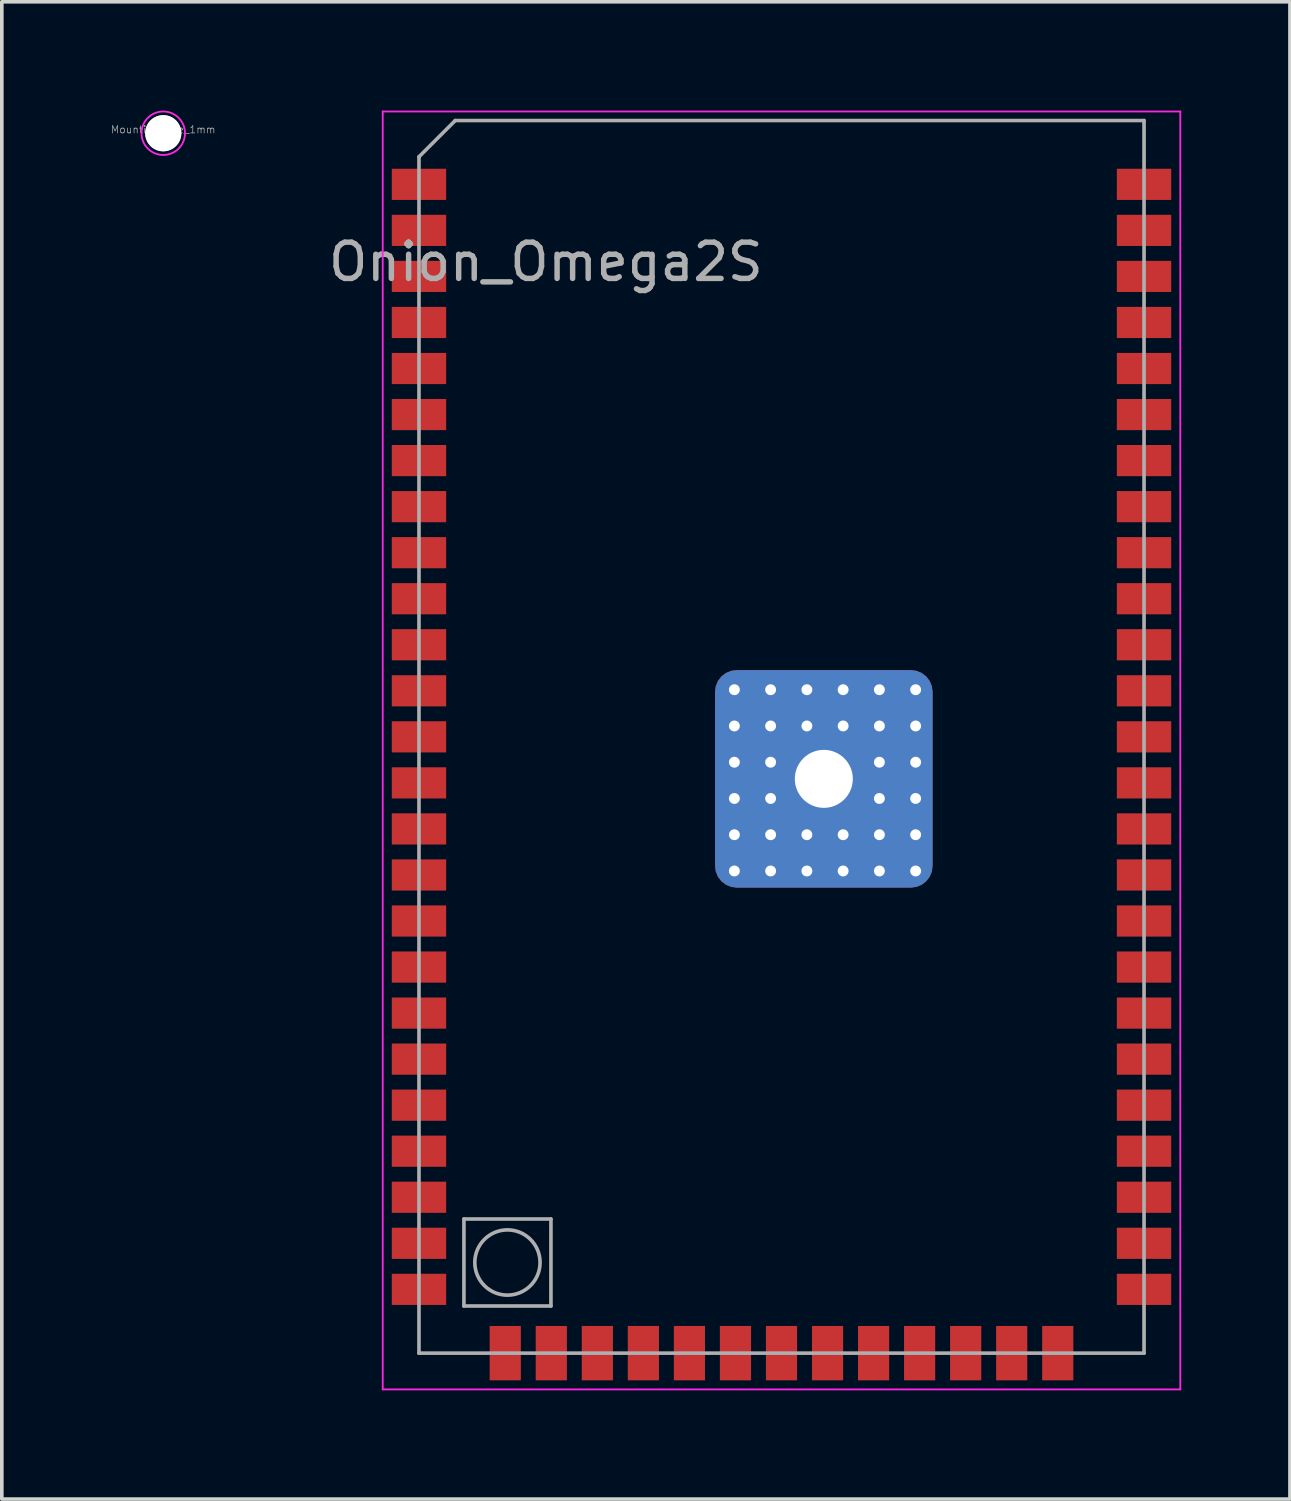
<source format=kicad_pcb>
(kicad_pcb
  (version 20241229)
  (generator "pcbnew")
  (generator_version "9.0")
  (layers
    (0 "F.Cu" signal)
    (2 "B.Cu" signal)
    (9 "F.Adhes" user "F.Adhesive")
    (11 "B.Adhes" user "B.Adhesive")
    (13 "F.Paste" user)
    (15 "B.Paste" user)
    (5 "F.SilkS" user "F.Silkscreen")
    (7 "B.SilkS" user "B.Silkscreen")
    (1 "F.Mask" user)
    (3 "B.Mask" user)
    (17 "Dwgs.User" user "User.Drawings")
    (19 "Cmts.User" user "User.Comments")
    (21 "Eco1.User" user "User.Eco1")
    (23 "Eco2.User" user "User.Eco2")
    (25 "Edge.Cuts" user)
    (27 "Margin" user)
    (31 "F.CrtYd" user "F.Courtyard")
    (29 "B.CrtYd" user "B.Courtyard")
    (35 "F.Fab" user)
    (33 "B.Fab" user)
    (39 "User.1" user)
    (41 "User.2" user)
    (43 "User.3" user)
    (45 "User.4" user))
  (footprint "Onion_Omega2S"
    (layer "F.Cu")
    (at 18.507 17.275)
    (property "Reference" "Onion_Omega2S" (at -6.5 -13.1 0) (layer "F.Fab") (effects (font (size 1 1) (thickness 0.15))))
    (attr smd)
    (fp_line (start -11 -17.25) (end -11 18) (stroke (width 0.05) (type solid)) (layer "F.CrtYd"))
    (fp_line (start -11 18) (end 11 18) (stroke (width 0.05) (type solid)) (layer "F.CrtYd"))
    (fp_line (start 11 -17.25) (end -11 -17.25) (stroke (width 0.05) (type solid)) (layer "F.CrtYd"))
    (fp_line (start 11 18) (end 11 -17.25) (stroke (width 0.05) (type solid)) (layer "F.CrtYd"))
    (fp_line (start -10 -16) (end -10 17) (stroke (width 0.1) (type solid)) (layer "F.Fab"))
    (fp_line (start -10 -16) (end -9 -17) (stroke (width 0.1) (type solid)) (layer "F.Fab"))
    (fp_line (start -10 17) (end 10 17) (stroke (width 0.1) (type solid)) (layer "F.Fab"))
    (fp_line (start -8.76 13.3) (end -8.76 15.7) (stroke (width 0.1) (type solid)) (layer "F.Fab"))
    (fp_line (start -8.76 15.7) (end -6.36 15.7) (stroke (width 0.1) (type solid)) (layer "F.Fab"))
    (fp_line (start -6.36 13.3) (end -8.76 13.3) (stroke (width 0.1) (type solid)) (layer "F.Fab"))
    (fp_line (start -6.36 15.7) (end -6.36 13.3) (stroke (width 0.1) (type solid)) (layer "F.Fab"))
    (fp_line (start 10 -17) (end -9 -17) (stroke (width 0.1) (type solid)) (layer "F.Fab"))
    (fp_line (start 10 17) (end 10 -17) (stroke (width 0.1) (type solid)) (layer "F.Fab"))
    (fp_circle (center -7.56 14.5) (end -6.66 14.5) (stroke (width 0.1) (type solid)) (fill no) (layer "F.Fab"))
    (pad "" smd roundrect (at -1.166 -1.164) (size 1 1) (layers "F.Paste") (roundrect_rratio 0.25))
    (pad "" smd roundrect (at -1.166 0) (size 1 1) (layers "F.Paste") (roundrect_rratio 0.25))
    (pad "" smd roundrect (at -1.166 1.164) (size 1 1) (layers "F.Paste") (roundrect_rratio 0.25))
    (pad "" smd roundrect (at -1.166 2.328) (size 1 1) (layers "F.Paste") (roundrect_rratio 0.25))
    (pad "" smd roundrect (at -1.166 3.492) (size 1 1) (layers "F.Paste") (roundrect_rratio 0.25))
    (pad "" smd roundrect (at 0 -1.164) (size 1 1) (layers "F.Paste") (roundrect_rratio 0.25))
    (pad "" smd roundrect (at 0 0) (size 1 1) (layers "F.Paste") (roundrect_rratio 0.25))
    (pad "" smd roundrect (at 0 1.164) (size 1 1) (layers "F.Paste") (roundrect_rratio 0.25))
    (pad "" smd roundrect (at 0 2.328) (size 1 1) (layers "F.Paste") (roundrect_rratio 0.25))
    (pad "" smd roundrect (at 0 3.492) (size 1 1) (layers "F.Paste") (roundrect_rratio 0.25))
    (pad "" smd roundrect (at 1.166 -1.164) (size 1 1) (layers "F.Paste") (roundrect_rratio 0.25))
    (pad "" smd roundrect (at 1.166 0) (size 1 1) (layers "F.Paste") (roundrect_rratio 0.25))
    (pad "" smd roundrect (at 1.166 1.164) (size 1 1) (layers "F.Paste") (roundrect_rratio 0.25))
    (pad "" smd roundrect (at 1.166 2.328) (size 1 1) (layers "F.Paste") (roundrect_rratio 0.25))
    (pad "" smd roundrect (at 1.166 3.492) (size 1 1) (layers "F.Paste") (roundrect_rratio 0.25))
    (pad "" smd roundrect (at 2.332 -1.164) (size 1 1) (layers "F.Paste") (roundrect_rratio 0.25))
    (pad "" smd roundrect (at 2.332 0) (size 1 1) (layers "F.Paste") (roundrect_rratio 0.25))
    (pad "" smd roundrect (at 2.332 1.164) (size 1 1) (layers "F.Paste") (roundrect_rratio 0.25))
    (pad "" smd roundrect (at 2.332 2.328) (size 1 1) (layers "F.Paste") (roundrect_rratio 0.25))
    (pad "" smd roundrect (at 2.332 3.492) (size 1 1) (layers "F.Paste") (roundrect_rratio 0.25))
    (pad "" smd roundrect (at 3.497 -1.164) (size 1 1) (layers "F.Paste") (roundrect_rratio 0.25))
    (pad "" smd roundrect (at 3.497 0) (size 1 1) (layers "F.Paste") (roundrect_rratio 0.25))
    (pad "" smd roundrect (at 3.497 1.164) (size 1 1) (layers "F.Paste") (roundrect_rratio 0.25))
    (pad "" smd roundrect (at 3.497 2.328) (size 1 1) (layers "F.Paste") (roundrect_rratio 0.25))
    (pad "" smd roundrect (at 3.497 3.492) (size 1 1) (layers "F.Paste") (roundrect_rratio 0.25))
    (pad "1" smd rect (at -10 -15.24) (size 1.5 0.86) (layers "F.Cu" "F.Mask" "F.Paste"))
    (pad "2" smd rect (at -10 -13.97) (size 1.5 0.86) (layers "F.Cu" "F.Mask" "F.Paste"))
    (pad "3" smd rect (at -10 -12.7) (size 1.5 0.86) (layers "F.Cu" "F.Mask" "F.Paste"))
    (pad "4" smd rect (at -10 -11.43) (size 1.5 0.86) (layers "F.Cu" "F.Mask" "F.Paste"))
    (pad "5" smd rect (at -10 -10.16) (size 1.5 0.86) (layers "F.Cu" "F.Mask" "F.Paste"))
    (pad "6" smd rect (at -10 -8.89) (size 1.5 0.86) (layers "F.Cu" "F.Mask" "F.Paste"))
    (pad "7" smd rect (at -10 -7.62) (size 1.5 0.86) (layers "F.Cu" "F.Mask" "F.Paste"))
    (pad "8" smd rect (at -10 -6.35) (size 1.5 0.86) (layers "F.Cu" "F.Mask" "F.Paste"))
    (pad "9" smd rect (at -10 -5.08) (size 1.5 0.86) (layers "F.Cu" "F.Mask" "F.Paste"))
    (pad "10" smd rect (at -10 -3.81) (size 1.5 0.86) (layers "F.Cu" "F.Mask" "F.Paste"))
    (pad "11" smd rect (at -10 -2.54) (size 1.5 0.86) (layers "F.Cu" "F.Mask" "F.Paste"))
    (pad "12" smd rect (at -10 -1.27) (size 1.5 0.86) (layers "F.Cu" "F.Mask" "F.Paste"))
    (pad "13" smd rect (at -10 0) (size 1.5 0.86) (layers "F.Cu" "F.Mask" "F.Paste"))
    (pad "14" smd rect (at -10 1.27) (size 1.5 0.86) (layers "F.Cu" "F.Mask" "F.Paste"))
    (pad "15" smd rect (at -10 2.54) (size 1.5 0.86) (layers "F.Cu" "F.Mask" "F.Paste"))
    (pad "16" smd rect (at -10 3.81) (size 1.5 0.86) (layers "F.Cu" "F.Mask" "F.Paste"))
    (pad "17" smd rect (at -10 5.08) (size 1.5 0.86) (layers "F.Cu" "F.Mask" "F.Paste"))
    (pad "18" smd rect (at -10 6.35) (size 1.5 0.86) (layers "F.Cu" "F.Mask" "F.Paste"))
    (pad "19" smd rect (at -10 7.62) (size 1.5 0.86) (layers "F.Cu" "F.Mask" "F.Paste"))
    (pad "20" smd rect (at -10 8.89) (size 1.5 0.86) (layers "F.Cu" "F.Mask" "F.Paste"))
    (pad "21" smd rect (at -10 10.16) (size 1.5 0.86) (layers "F.Cu" "F.Mask" "F.Paste"))
    (pad "22" smd rect (at -10 11.43) (size 1.5 0.86) (layers "F.Cu" "F.Mask" "F.Paste"))
    (pad "23" smd rect (at -10 12.7) (size 1.5 0.86) (layers "F.Cu" "F.Mask" "F.Paste"))
    (pad "24" smd rect (at -10 13.97) (size 1.5 0.86) (layers "F.Cu" "F.Mask" "F.Paste"))
    (pad "25" smd rect (at -10 15.24) (size 1.5 0.86) (layers "F.Cu" "F.Mask" "F.Paste"))
    (pad "26" smd rect (at -7.62 17) (size 0.86 1.5) (layers "F.Cu" "F.Mask" "F.Paste"))
    (pad "27" smd rect (at -6.35 17) (size 0.86 1.5) (layers "F.Cu" "F.Mask" "F.Paste"))
    (pad "28" smd rect (at -5.08 17) (size 0.86 1.5) (layers "F.Cu" "F.Mask" "F.Paste"))
    (pad "29" smd rect (at -3.81 17) (size 0.86 1.5) (layers "F.Cu" "F.Mask" "F.Paste"))
    (pad "30" smd rect (at -2.54 17) (size 0.86 1.5) (layers "F.Cu" "F.Mask" "F.Paste"))
    (pad "31" smd rect (at -1.27 17) (size 0.86 1.5) (layers "F.Cu" "F.Mask" "F.Paste"))
    (pad "32" smd rect (at 0 17) (size 0.86 1.5) (layers "F.Cu" "F.Mask" "F.Paste"))
    (pad "33" smd rect (at 1.27 17) (size 0.86 1.5) (layers "F.Cu" "F.Mask" "F.Paste"))
    (pad "34" smd rect (at 2.54 17) (size 0.86 1.5) (layers "F.Cu" "F.Mask" "F.Paste"))
    (pad "35" smd rect (at 3.81 17) (size 0.86 1.5) (layers "F.Cu" "F.Mask" "F.Paste"))
    (pad "36" smd rect (at 5.08 17) (size 0.86 1.5) (layers "F.Cu" "F.Mask" "F.Paste"))
    (pad "37" smd rect (at 6.35 17) (size 0.86 1.5) (layers "F.Cu" "F.Mask" "F.Paste"))
    (pad "38" smd rect (at 7.62 17) (size 0.86 1.5) (layers "F.Cu" "F.Mask" "F.Paste"))
    (pad "39" smd rect (at 10 15.24) (size 1.5 0.86) (layers "F.Cu" "F.Mask" "F.Paste"))
    (pad "40" smd rect (at 10 13.97) (size 1.5 0.86) (layers "F.Cu" "F.Mask" "F.Paste"))
    (pad "41" smd rect (at 10 12.7) (size 1.5 0.86) (layers "F.Cu" "F.Mask" "F.Paste"))
    (pad "42" smd rect (at 10 11.43) (size 1.5 0.86) (layers "F.Cu" "F.Mask" "F.Paste"))
    (pad "43" smd rect (at 10 10.16) (size 1.5 0.86) (layers "F.Cu" "F.Mask" "F.Paste"))
    (pad "44" smd rect (at 10 8.89) (size 1.5 0.86) (layers "F.Cu" "F.Mask" "F.Paste"))
    (pad "45" smd rect (at 10 7.62) (size 1.5 0.86) (layers "F.Cu" "F.Mask" "F.Paste"))
    (pad "46" smd rect (at 10 6.35) (size 1.5 0.86) (layers "F.Cu" "F.Mask" "F.Paste"))
    (pad "47" smd rect (at 10 5.08) (size 1.5 0.86) (layers "F.Cu" "F.Mask" "F.Paste"))
    (pad "48" smd rect (at 10 3.81) (size 1.5 0.86) (layers "F.Cu" "F.Mask" "F.Paste"))
    (pad "49" smd rect (at 10 2.54) (size 1.5 0.86) (layers "F.Cu" "F.Mask" "F.Paste"))
    (pad "50" smd rect (at 10 1.27) (size 1.5 0.86) (layers "F.Cu" "F.Mask" "F.Paste"))
    (pad "51" smd rect (at 10 0) (size 1.5 0.86) (layers "F.Cu" "F.Mask" "F.Paste"))
    (pad "52" smd rect (at 10 -1.27) (size 1.5 0.86) (layers "F.Cu" "F.Mask" "F.Paste"))
    (pad "53" smd rect (at 10 -2.54) (size 1.5 0.86) (layers "F.Cu" "F.Mask" "F.Paste"))
    (pad "54" smd rect (at 10 -3.81) (size 1.5 0.86) (layers "F.Cu" "F.Mask" "F.Paste"))
    (pad "55" smd rect (at 10 -5.08) (size 1.5 0.86) (layers "F.Cu" "F.Mask" "F.Paste"))
    (pad "56" smd rect (at 10 -6.35) (size 1.5 0.86) (layers "F.Cu" "F.Mask" "F.Paste"))
    (pad "57" smd rect (at 10 -7.62) (size 1.5 0.86) (layers "F.Cu" "F.Mask" "F.Paste"))
    (pad "58" smd rect (at 10 -8.89) (size 1.5 0.86) (layers "F.Cu" "F.Mask" "F.Paste"))
    (pad "59" smd rect (at 10 -10.16) (size 1.5 0.86) (layers "F.Cu" "F.Mask" "F.Paste"))
    (pad "60" smd rect (at 10 -11.43) (size 1.5 0.86) (layers "F.Cu" "F.Mask" "F.Paste"))
    (pad "61" smd rect (at 10 -12.7) (size 1.5 0.86) (layers "F.Cu" "F.Mask" "F.Paste"))
    (pad "62" smd rect (at 10 -13.97) (size 1.5 0.86) (layers "F.Cu" "F.Mask" "F.Paste"))
    (pad "63" smd rect (at 10 -15.24) (size 1.5 0.86) (layers "F.Cu" "F.Mask" "F.Paste"))
    (pad "64" thru_hole circle (at -1.3 -1.3) (size 0.6 0.6) (drill 0.3) (layers "*.Cu" "F.Mask"))
    (pad "64" thru_hole circle (at -1.3 -0.3) (size 0.6 0.6) (drill 0.3) (layers "*.Cu" "F.Mask"))
    (pad "64" thru_hole circle (at -1.3 0.7) (size 0.6 0.6) (drill 0.3) (layers "*.Cu" "F.Mask"))
    (pad "64" thru_hole circle (at -1.3 1.7) (size 0.6 0.6) (drill 0.3) (layers "*.Cu" "F.Mask"))
    (pad "64" thru_hole circle (at -1.3 2.7) (size 0.6 0.6) (drill 0.3) (layers "*.Cu" "F.Mask"))
    (pad "64" thru_hole circle (at -1.3 3.7) (size 0.6 0.6) (drill 0.3) (layers "*.Cu" "F.Mask"))
    (pad "64" thru_hole circle (at -0.3 -1.3) (size 0.6 0.6) (drill 0.3) (layers "*.Cu" "F.Mask"))
    (pad "64" thru_hole circle (at -0.3 -0.3) (size 0.6 0.6) (drill 0.3) (layers "*.Cu" "F.Mask"))
    (pad "64" thru_hole circle (at -0.3 0.7) (size 0.6 0.6) (drill 0.3) (layers "*.Cu" "F.Mask"))
    (pad "64" thru_hole circle (at -0.3 1.7) (size 0.6 0.6) (drill 0.3) (layers "*.Cu" "F.Mask"))
    (pad "64" thru_hole circle (at -0.3 2.7) (size 0.6 0.6) (drill 0.3) (layers "*.Cu" "F.Mask"))
    (pad "64" thru_hole circle (at -0.3 3.7) (size 0.6 0.6) (drill 0.3) (layers "*.Cu" "F.Mask"))
    (pad "64" thru_hole circle (at 0.7 -1.3) (size 0.6 0.6) (drill 0.3) (layers "*.Cu" "F.Mask"))
    (pad "64" thru_hole circle (at 0.7 -0.3) (size 0.6 0.6) (drill 0.3) (layers "*.Cu" "F.Mask"))
    (pad "64" thru_hole circle (at 0.7 2.7) (size 0.6 0.6) (drill 0.3) (layers "*.Cu" "F.Mask"))
    (pad "64" thru_hole circle (at 0.7 3.7) (size 0.6 0.6) (drill 0.3) (layers "*.Cu" "F.Mask"))
    (pad "64" thru_hole roundrect (at 1.167 1.159) (size 6 6) (drill 1.6) (layers "*.Cu" "F.Mask") (roundrect_rratio 0.1))
    (pad "64" thru_hole circle (at 1.7 -1.3) (size 0.6 0.6) (drill 0.3) (layers "*.Cu" "F.Mask"))
    (pad "64" thru_hole circle (at 1.7 -0.3) (size 0.6 0.6) (drill 0.3) (layers "*.Cu" "F.Mask"))
    (pad "64" thru_hole circle (at 1.7 2.7) (size 0.6 0.6) (drill 0.3) (layers "*.Cu" "F.Mask"))
    (pad "64" thru_hole circle (at 1.7 3.7) (size 0.6 0.6) (drill 0.3) (layers "*.Cu" "F.Mask"))
    (pad "64" thru_hole circle (at 2.7 -1.3) (size 0.6 0.6) (drill 0.3) (layers "*.Cu" "F.Mask"))
    (pad "64" thru_hole circle (at 2.7 -0.3) (size 0.6 0.6) (drill 0.3) (layers "*.Cu" "F.Mask"))
    (pad "64" thru_hole circle (at 2.7 0.7) (size 0.6 0.6) (drill 0.3) (layers "*.Cu" "F.Mask"))
    (pad "64" thru_hole circle (at 2.7 1.7) (size 0.6 0.6) (drill 0.3) (layers "*.Cu" "F.Mask"))
    (pad "64" thru_hole circle (at 2.7 2.7) (size 0.6 0.6) (drill 0.3) (layers "*.Cu" "F.Mask"))
    (pad "64" thru_hole circle (at 2.7 3.7) (size 0.6 0.6) (drill 0.3) (layers "*.Cu" "F.Mask"))
    (pad "64" thru_hole circle (at 3.7 -1.3) (size 0.6 0.6) (drill 0.3) (layers "*.Cu" "F.Mask"))
    (pad "64" thru_hole circle (at 3.7 -0.3) (size 0.6 0.6) (drill 0.3) (layers "*.Cu" "F.Mask"))
    (pad "64" thru_hole circle (at 3.7 0.7) (size 0.6 0.6) (drill 0.3) (layers "*.Cu" "F.Mask"))
    (pad "64" thru_hole circle (at 3.7 1.7) (size 0.6 0.6) (drill 0.3) (layers "*.Cu" "F.Mask"))
    (pad "64" thru_hole circle (at 3.7 2.7) (size 0.6 0.6) (drill 0.3) (layers "*.Cu" "F.Mask"))
    (pad "64" thru_hole circle (at 3.7 3.7) (size 0.6 0.6) (drill 0.3) (layers "*.Cu" "F.Mask")))
  (footprint "MountingHole_1mm"
    (layer "F.Cu")
    (at 1.453 0.625)
    (property "Reference" "MountingHole_1mm" (at 0 -0.1 0) (unlocked yes) (layer "F.Fab") (effects (font (size 0.2 0.2) (thickness 0.02))))
    (attr exclude_from_pos_files exclude_from_bom)
    (fp_circle (center 0 0) (end 0.6 0) (stroke (width 0.05) (type solid)) (fill no) (layer "F.CrtYd"))
    (fp_circle (center 0 0) (end 0.472 0) (stroke (width 0.05) (type solid)) (fill no) (layer "F.Fab"))
    (pad "" np_thru_hole circle (at 0 0) (size 1 1) (drill 1) (layers "*.Cu" "*.Mask")))
  (gr_rect
    (start -3 -3)
    (end 32.532 38.3)
    (stroke (width 0.1) (type default))
    (fill no)
    (layer "Edge.Cuts")))
</source>
